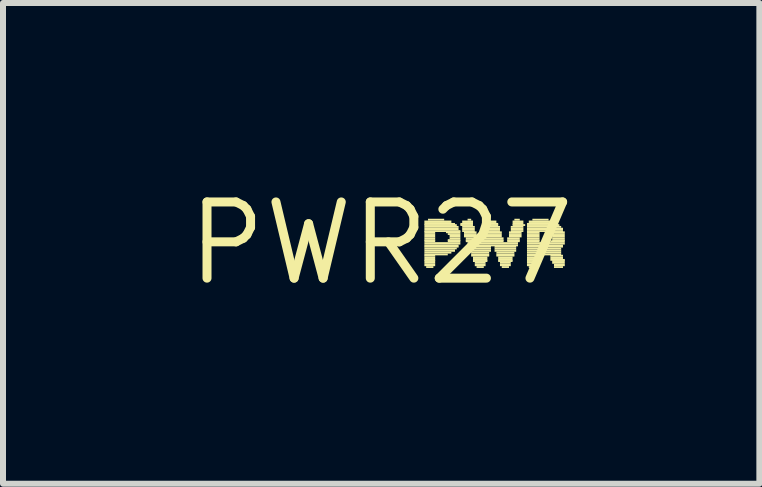
<source format=kicad_pcb>
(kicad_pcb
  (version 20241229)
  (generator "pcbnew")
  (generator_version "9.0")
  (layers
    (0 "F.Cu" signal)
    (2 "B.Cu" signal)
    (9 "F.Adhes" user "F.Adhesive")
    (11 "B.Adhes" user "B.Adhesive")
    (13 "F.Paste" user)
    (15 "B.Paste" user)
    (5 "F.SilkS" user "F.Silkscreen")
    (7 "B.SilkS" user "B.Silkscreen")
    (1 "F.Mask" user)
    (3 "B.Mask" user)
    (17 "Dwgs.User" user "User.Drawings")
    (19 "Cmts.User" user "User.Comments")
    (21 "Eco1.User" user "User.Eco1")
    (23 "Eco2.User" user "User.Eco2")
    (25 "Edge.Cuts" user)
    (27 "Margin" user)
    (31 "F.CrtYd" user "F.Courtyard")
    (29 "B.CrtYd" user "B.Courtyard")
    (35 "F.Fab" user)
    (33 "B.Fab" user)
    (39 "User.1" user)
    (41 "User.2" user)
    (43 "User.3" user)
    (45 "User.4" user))
  (footprint "PWR27"
    (layer "F.Cu")
    (at 3.303 1.006)
    (property "Reference" "PWR27" (at 0 0 0) (layer "F.SilkS") (effects (font (size 1.27 1.27) (thickness 0.15))))
    (fp_poly (pts (xy 0.72 -0.34) (xy 1.17 -0.34) (xy 1.17 -0.38) (xy 0.72 -0.38)) (stroke (width 0) (type default)) (fill yes) (layer "F.SilkS"))
    (fp_poly (pts (xy 0.72 -0.31) (xy 1.23 -0.31) (xy 1.23 -0.34) (xy 0.72 -0.34)) (stroke (width 0) (type default)) (fill yes) (layer "F.SilkS"))
    (fp_poly (pts (xy 0.72 -0.29) (xy 1.26 -0.29) (xy 1.26 -0.32) (xy 0.72 -0.32)) (stroke (width 0) (type default)) (fill yes) (layer "F.SilkS"))
    (fp_poly (pts (xy 0.72 -0.26) (xy 1.29 -0.26) (xy 1.29 -0.29) (xy 0.72 -0.29)) (stroke (width 0) (type default)) (fill yes) (layer "F.SilkS"))
    (fp_poly (pts (xy 0.72 -0.22) (xy 1.29 -0.22) (xy 1.29 -0.26) (xy 0.72 -0.26)) (stroke (width 0) (type default)) (fill yes) (layer "F.SilkS"))
    (fp_poly (pts (xy 0.72 -0.19) (xy 1.32 -0.19) (xy 1.32 -0.22) (xy 0.72 -0.22)) (stroke (width 0) (type default)) (fill yes) (layer "F.SilkS"))
    (fp_poly (pts (xy 0.72 -0.17) (xy 0.9 -0.17) (xy 0.9 -0.2) (xy 0.72 -0.2)) (stroke (width 0) (type default)) (fill yes) (layer "F.SilkS"))
    (fp_poly (pts (xy 0.72 -0.14) (xy 0.9 -0.14) (xy 0.9 -0.17) (xy 0.72 -0.17)) (stroke (width 0) (type default)) (fill yes) (layer "F.SilkS"))
    (fp_poly (pts (xy 0.72 -0.1) (xy 0.9 -0.1) (xy 0.9 -0.14) (xy 0.72 -0.14)) (stroke (width 0) (type default)) (fill yes) (layer "F.SilkS"))
    (fp_poly (pts (xy 0.72 -0.07) (xy 0.9 -0.07) (xy 0.9 -0.1) (xy 0.72 -0.1)) (stroke (width 0) (type default)) (fill yes) (layer "F.SilkS"))
    (fp_poly (pts (xy 0.72 -0.04) (xy 0.9 -0.04) (xy 0.9 -0.07) (xy 0.72 -0.07)) (stroke (width 0) (type default)) (fill yes) (layer "F.SilkS"))
    (fp_poly (pts (xy 0.72 -0.02) (xy 0.9 -0.02) (xy 0.9 -0.05) (xy 0.72 -0.05)) (stroke (width 0) (type default)) (fill yes) (layer "F.SilkS"))
    (fp_poly (pts (xy 0.72 0.02) (xy 1.32 0.02) (xy 1.32 -0.02) (xy 0.72 -0.02)) (stroke (width 0) (type default)) (fill yes) (layer "F.SilkS"))
    (fp_poly (pts (xy 0.72 0.05) (xy 1.29 0.05) (xy 1.29 0.02) (xy 0.72 0.02)) (stroke (width 0) (type default)) (fill yes) (layer "F.SilkS"))
    (fp_poly (pts (xy 0.72 0.07) (xy 1.29 0.07) (xy 1.29 0.04) (xy 0.72 0.04)) (stroke (width 0) (type default)) (fill yes) (layer "F.SilkS"))
    (fp_poly (pts (xy 0.72 0.1) (xy 1.26 0.1) (xy 1.26 0.07) (xy 0.72 0.07)) (stroke (width 0) (type default)) (fill yes) (layer "F.SilkS"))
    (fp_poly (pts (xy 0.72 0.14) (xy 1.23 0.14) (xy 1.23 0.1) (xy 0.72 0.1)) (stroke (width 0) (type default)) (fill yes) (layer "F.SilkS"))
    (fp_poly (pts (xy 0.72 0.17) (xy 1.17 0.17) (xy 1.17 0.14) (xy 0.72 0.14)) (stroke (width 0) (type default)) (fill yes) (layer "F.SilkS"))
    (fp_poly (pts (xy 0.72 0.2) (xy 1.11 0.2) (xy 1.11 0.17) (xy 0.72 0.17)) (stroke (width 0) (type default)) (fill yes) (layer "F.SilkS"))
    (fp_poly (pts (xy 0.72 0.22) (xy 0.9 0.22) (xy 0.9 0.19) (xy 0.72 0.19)) (stroke (width 0) (type default)) (fill yes) (layer "F.SilkS"))
    (fp_poly (pts (xy 0.72 0.26) (xy 0.9 0.26) (xy 0.9 0.22) (xy 0.72 0.22)) (stroke (width 0) (type default)) (fill yes) (layer "F.SilkS"))
    (fp_poly (pts (xy 0.72 0.29) (xy 0.9 0.29) (xy 0.9 0.26) (xy 0.72 0.26)) (stroke (width 0) (type default)) (fill yes) (layer "F.SilkS"))
    (fp_poly (pts (xy 0.72 0.31) (xy 0.9 0.31) (xy 0.9 0.28) (xy 0.72 0.28)) (stroke (width 0) (type default)) (fill yes) (layer "F.SilkS"))
    (fp_poly (pts (xy 0.72 0.34) (xy 0.9 0.34) (xy 0.9 0.31) (xy 0.72 0.31)) (stroke (width 0) (type default)) (fill yes) (layer "F.SilkS"))
    (fp_poly (pts (xy 0.72 0.38) (xy 0.9 0.38) (xy 0.9 0.34) (xy 0.72 0.34)) (stroke (width 0) (type default)) (fill yes) (layer "F.SilkS"))
    (fp_poly (pts (xy 0.75 0.41) (xy 0.87 0.41) (xy 0.87 0.38) (xy 0.75 0.38)) (stroke (width 0) (type default)) (fill yes) (layer "F.SilkS"))
    (fp_poly (pts (xy 0.78 -0.38) (xy 1.05 -0.38) (xy 1.05 -0.41) (xy 0.78 -0.41)) (stroke (width 0) (type default)) (fill yes) (layer "F.SilkS"))
    (fp_poly (pts (xy 1.08 -0.17) (xy 1.32 -0.17) (xy 1.32 -0.2) (xy 1.08 -0.2)) (stroke (width 0) (type default)) (fill yes) (layer "F.SilkS"))
    (fp_poly (pts (xy 1.11 -0.14) (xy 1.32 -0.14) (xy 1.32 -0.17) (xy 1.11 -0.17)) (stroke (width 0) (type default)) (fill yes) (layer "F.SilkS"))
    (fp_poly (pts (xy 1.11 -0.04) (xy 1.32 -0.04) (xy 1.32 -0.07) (xy 1.11 -0.07)) (stroke (width 0) (type default)) (fill yes) (layer "F.SilkS"))
    (fp_poly (pts (xy 1.11 -0.02) (xy 1.32 -0.02) (xy 1.32 -0.05) (xy 1.11 -0.05)) (stroke (width 0) (type default)) (fill yes) (layer "F.SilkS"))
    (fp_poly (pts (xy 1.14 -0.1) (xy 1.32 -0.1) (xy 1.32 -0.14) (xy 1.14 -0.14)) (stroke (width 0) (type default)) (fill yes) (layer "F.SilkS"))
    (fp_poly (pts (xy 1.14 -0.07) (xy 1.32 -0.07) (xy 1.32 -0.1) (xy 1.14 -0.1)) (stroke (width 0) (type default)) (fill yes) (layer "F.SilkS"))
    (fp_poly (pts (xy 1.32 -0.31) (xy 1.53 -0.31) (xy 1.53 -0.34) (xy 1.32 -0.34)) (stroke (width 0) (type default)) (fill yes) (layer "F.SilkS"))
    (fp_poly (pts (xy 1.32 -0.29) (xy 1.53 -0.29) (xy 1.53 -0.32) (xy 1.32 -0.32)) (stroke (width 0) (type default)) (fill yes) (layer "F.SilkS"))
    (fp_poly (pts (xy 1.35 -0.34) (xy 1.53 -0.34) (xy 1.53 -0.38) (xy 1.35 -0.38)) (stroke (width 0) (type default)) (fill yes) (layer "F.SilkS"))
    (fp_poly (pts (xy 1.35 -0.26) (xy 1.56 -0.26) (xy 1.56 -0.29) (xy 1.35 -0.29)) (stroke (width 0) (type default)) (fill yes) (layer "F.SilkS"))
    (fp_poly (pts (xy 1.35 -0.22) (xy 1.56 -0.22) (xy 1.56 -0.26) (xy 1.35 -0.26)) (stroke (width 0) (type default)) (fill yes) (layer "F.SilkS"))
    (fp_poly (pts (xy 1.35 -0.19) (xy 1.56 -0.19) (xy 1.56 -0.22) (xy 1.35 -0.22)) (stroke (width 0) (type default)) (fill yes) (layer "F.SilkS"))
    (fp_poly (pts (xy 1.38 -0.17) (xy 1.59 -0.17) (xy 1.59 -0.2) (xy 1.38 -0.2)) (stroke (width 0) (type default)) (fill yes) (layer "F.SilkS"))
    (fp_poly (pts (xy 1.38 -0.14) (xy 1.59 -0.14) (xy 1.59 -0.17) (xy 1.38 -0.17)) (stroke (width 0) (type default)) (fill yes) (layer "F.SilkS"))
    (fp_poly (pts (xy 1.38 -0.1) (xy 1.59 -0.1) (xy 1.59 -0.14) (xy 1.38 -0.14)) (stroke (width 0) (type default)) (fill yes) (layer "F.SilkS"))
    (fp_poly (pts (xy 1.41 -0.07) (xy 1.62 -0.07) (xy 1.62 -0.1) (xy 1.41 -0.1)) (stroke (width 0) (type default)) (fill yes) (layer "F.SilkS"))
    (fp_poly (pts (xy 1.41 -0.04) (xy 1.62 -0.04) (xy 1.62 -0.07) (xy 1.41 -0.07)) (stroke (width 0) (type default)) (fill yes) (layer "F.SilkS"))
    (fp_poly (pts (xy 1.41 -0.02) (xy 1.62 -0.02) (xy 1.62 -0.05) (xy 1.41 -0.05)) (stroke (width 0) (type default)) (fill yes) (layer "F.SilkS"))
    (fp_poly (pts (xy 1.44 -0.38) (xy 1.5 -0.38) (xy 1.5 -0.41) (xy 1.44 -0.41)) (stroke (width 0) (type default)) (fill yes) (layer "F.SilkS"))
    (fp_poly (pts (xy 1.44 0.02) (xy 2.28 0.02) (xy 2.28 -0.02) (xy 1.44 -0.02)) (stroke (width 0) (type default)) (fill yes) (layer "F.SilkS"))
    (fp_poly (pts (xy 1.44 0.05) (xy 2.28 0.05) (xy 2.28 0.02) (xy 1.44 0.02)) (stroke (width 0) (type default)) (fill yes) (layer "F.SilkS"))
    (fp_poly (pts (xy 1.44 0.07) (xy 1.83 0.07) (xy 1.83 0.04) (xy 1.44 0.04)) (stroke (width 0) (type default)) (fill yes) (layer "F.SilkS"))
    (fp_poly (pts (xy 1.47 0.1) (xy 1.83 0.1) (xy 1.83 0.07) (xy 1.47 0.07)) (stroke (width 0) (type default)) (fill yes) (layer "F.SilkS"))
    (fp_poly (pts (xy 1.47 0.14) (xy 1.83 0.14) (xy 1.83 0.1) (xy 1.47 0.1)) (stroke (width 0) (type default)) (fill yes) (layer "F.SilkS"))
    (fp_poly (pts (xy 1.5 0.17) (xy 1.8 0.17) (xy 1.8 0.14) (xy 1.5 0.14)) (stroke (width 0) (type default)) (fill yes) (layer "F.SilkS"))
    (fp_poly (pts (xy 1.5 0.2) (xy 1.8 0.2) (xy 1.8 0.17) (xy 1.5 0.17)) (stroke (width 0) (type default)) (fill yes) (layer "F.SilkS"))
    (fp_poly (pts (xy 1.5 0.22) (xy 1.8 0.22) (xy 1.8 0.19) (xy 1.5 0.19)) (stroke (width 0) (type default)) (fill yes) (layer "F.SilkS"))
    (fp_poly (pts (xy 1.53 0.26) (xy 1.77 0.26) (xy 1.77 0.22) (xy 1.53 0.22)) (stroke (width 0) (type default)) (fill yes) (layer "F.SilkS"))
    (fp_poly (pts (xy 1.53 0.29) (xy 1.77 0.29) (xy 1.77 0.26) (xy 1.53 0.26)) (stroke (width 0) (type default)) (fill yes) (layer "F.SilkS"))
    (fp_poly (pts (xy 1.53 0.31) (xy 1.77 0.31) (xy 1.77 0.28) (xy 1.53 0.28)) (stroke (width 0) (type default)) (fill yes) (layer "F.SilkS"))
    (fp_poly (pts (xy 1.56 0.34) (xy 1.74 0.34) (xy 1.74 0.31) (xy 1.56 0.31)) (stroke (width 0) (type default)) (fill yes) (layer "F.SilkS"))
    (fp_poly (pts (xy 1.56 0.38) (xy 1.74 0.38) (xy 1.74 0.34) (xy 1.56 0.34)) (stroke (width 0) (type default)) (fill yes) (layer "F.SilkS"))
    (fp_poly (pts (xy 1.59 0.41) (xy 1.71 0.41) (xy 1.71 0.38) (xy 1.59 0.38)) (stroke (width 0) (type default)) (fill yes) (layer "F.SilkS"))
    (fp_poly (pts (xy 1.65 -0.02) (xy 2.04 -0.02) (xy 2.04 -0.05) (xy 1.65 -0.05)) (stroke (width 0) (type default)) (fill yes) (layer "F.SilkS"))
    (fp_poly (pts (xy 1.68 -0.1) (xy 2.01 -0.1) (xy 2.01 -0.14) (xy 1.68 -0.14)) (stroke (width 0) (type default)) (fill yes) (layer "F.SilkS"))
    (fp_poly (pts (xy 1.68 -0.07) (xy 2.04 -0.07) (xy 2.04 -0.1) (xy 1.68 -0.1)) (stroke (width 0) (type default)) (fill yes) (layer "F.SilkS"))
    (fp_poly (pts (xy 1.68 -0.04) (xy 2.04 -0.04) (xy 2.04 -0.07) (xy 1.68 -0.07)) (stroke (width 0) (type default)) (fill yes) (layer "F.SilkS"))
    (fp_poly (pts (xy 1.71 -0.19) (xy 1.98 -0.19) (xy 1.98 -0.22) (xy 1.71 -0.22)) (stroke (width 0) (type default)) (fill yes) (layer "F.SilkS"))
    (fp_poly (pts (xy 1.71 -0.17) (xy 2.01 -0.17) (xy 2.01 -0.2) (xy 1.71 -0.2)) (stroke (width 0) (type default)) (fill yes) (layer "F.SilkS"))
    (fp_poly (pts (xy 1.71 -0.14) (xy 2.01 -0.14) (xy 2.01 -0.17) (xy 1.71 -0.17)) (stroke (width 0) (type default)) (fill yes) (layer "F.SilkS"))
    (fp_poly (pts (xy 1.74 -0.29) (xy 1.95 -0.29) (xy 1.95 -0.32) (xy 1.74 -0.32)) (stroke (width 0) (type default)) (fill yes) (layer "F.SilkS"))
    (fp_poly (pts (xy 1.74 -0.26) (xy 1.98 -0.26) (xy 1.98 -0.29) (xy 1.74 -0.29)) (stroke (width 0) (type default)) (fill yes) (layer "F.SilkS"))
    (fp_poly (pts (xy 1.74 -0.22) (xy 1.98 -0.22) (xy 1.98 -0.26) (xy 1.74 -0.26)) (stroke (width 0) (type default)) (fill yes) (layer "F.SilkS"))
    (fp_poly (pts (xy 1.77 -0.31) (xy 1.95 -0.31) (xy 1.95 -0.34) (xy 1.77 -0.34)) (stroke (width 0) (type default)) (fill yes) (layer "F.SilkS"))
    (fp_poly (pts (xy 1.8 -0.34) (xy 1.92 -0.34) (xy 1.92 -0.38) (xy 1.8 -0.38)) (stroke (width 0) (type default)) (fill yes) (layer "F.SilkS"))
    (fp_poly (pts (xy 1.89 0.07) (xy 2.25 0.07) (xy 2.25 0.04) (xy 1.89 0.04)) (stroke (width 0) (type default)) (fill yes) (layer "F.SilkS"))
    (fp_poly (pts (xy 1.89 0.1) (xy 2.25 0.1) (xy 2.25 0.07) (xy 1.89 0.07)) (stroke (width 0) (type default)) (fill yes) (layer "F.SilkS"))
    (fp_poly (pts (xy 1.89 0.14) (xy 2.25 0.14) (xy 2.25 0.1) (xy 1.89 0.1)) (stroke (width 0) (type default)) (fill yes) (layer "F.SilkS"))
    (fp_poly (pts (xy 1.92 0.17) (xy 2.22 0.17) (xy 2.22 0.14) (xy 1.92 0.14)) (stroke (width 0) (type default)) (fill yes) (layer "F.SilkS"))
    (fp_poly (pts (xy 1.92 0.2) (xy 2.22 0.2) (xy 2.22 0.17) (xy 1.92 0.17)) (stroke (width 0) (type default)) (fill yes) (layer "F.SilkS"))
    (fp_poly (pts (xy 1.92 0.22) (xy 2.22 0.22) (xy 2.22 0.19) (xy 1.92 0.19)) (stroke (width 0) (type default)) (fill yes) (layer "F.SilkS"))
    (fp_poly (pts (xy 1.95 0.26) (xy 2.19 0.26) (xy 2.19 0.22) (xy 1.95 0.22)) (stroke (width 0) (type default)) (fill yes) (layer "F.SilkS"))
    (fp_poly (pts (xy 1.95 0.29) (xy 2.19 0.29) (xy 2.19 0.26) (xy 1.95 0.26)) (stroke (width 0) (type default)) (fill yes) (layer "F.SilkS"))
    (fp_poly (pts (xy 1.95 0.31) (xy 2.19 0.31) (xy 2.19 0.28) (xy 1.95 0.28)) (stroke (width 0) (type default)) (fill yes) (layer "F.SilkS"))
    (fp_poly (pts (xy 1.98 0.34) (xy 2.16 0.34) (xy 2.16 0.31) (xy 1.98 0.31)) (stroke (width 0) (type default)) (fill yes) (layer "F.SilkS"))
    (fp_poly (pts (xy 1.98 0.38) (xy 2.16 0.38) (xy 2.16 0.34) (xy 1.98 0.34)) (stroke (width 0) (type default)) (fill yes) (layer "F.SilkS"))
    (fp_poly (pts (xy 2.01 0.41) (xy 2.13 0.41) (xy 2.13 0.38) (xy 2.01 0.38)) (stroke (width 0) (type default)) (fill yes) (layer "F.SilkS"))
    (fp_poly (pts (xy 2.1 -0.07) (xy 2.31 -0.07) (xy 2.31 -0.1) (xy 2.1 -0.1)) (stroke (width 0) (type default)) (fill yes) (layer "F.SilkS"))
    (fp_poly (pts (xy 2.1 -0.04) (xy 2.31 -0.04) (xy 2.31 -0.07) (xy 2.1 -0.07)) (stroke (width 0) (type default)) (fill yes) (layer "F.SilkS"))
    (fp_poly (pts (xy 2.1 -0.02) (xy 2.31 -0.02) (xy 2.31 -0.05) (xy 2.1 -0.05)) (stroke (width 0) (type default)) (fill yes) (layer "F.SilkS"))
    (fp_poly (pts (xy 2.13 -0.17) (xy 2.34 -0.17) (xy 2.34 -0.2) (xy 2.13 -0.2)) (stroke (width 0) (type default)) (fill yes) (layer "F.SilkS"))
    (fp_poly (pts (xy 2.13 -0.14) (xy 2.34 -0.14) (xy 2.34 -0.17) (xy 2.13 -0.17)) (stroke (width 0) (type default)) (fill yes) (layer "F.SilkS"))
    (fp_poly (pts (xy 2.13 -0.1) (xy 2.34 -0.1) (xy 2.34 -0.14) (xy 2.13 -0.14)) (stroke (width 0) (type default)) (fill yes) (layer "F.SilkS"))
    (fp_poly (pts (xy 2.16 -0.26) (xy 2.37 -0.26) (xy 2.37 -0.29) (xy 2.16 -0.29)) (stroke (width 0) (type default)) (fill yes) (layer "F.SilkS"))
    (fp_poly (pts (xy 2.16 -0.22) (xy 2.37 -0.22) (xy 2.37 -0.26) (xy 2.16 -0.26)) (stroke (width 0) (type default)) (fill yes) (layer "F.SilkS"))
    (fp_poly (pts (xy 2.16 -0.19) (xy 2.37 -0.19) (xy 2.37 -0.22) (xy 2.16 -0.22)) (stroke (width 0) (type default)) (fill yes) (layer "F.SilkS"))
    (fp_poly (pts (xy 2.19 -0.34) (xy 2.37 -0.34) (xy 2.37 -0.38) (xy 2.19 -0.38)) (stroke (width 0) (type default)) (fill yes) (layer "F.SilkS"))
    (fp_poly (pts (xy 2.19 -0.31) (xy 2.37 -0.31) (xy 2.37 -0.34) (xy 2.19 -0.34)) (stroke (width 0) (type default)) (fill yes) (layer "F.SilkS"))
    (fp_poly (pts (xy 2.19 -0.29) (xy 2.4 -0.29) (xy 2.4 -0.32) (xy 2.19 -0.32)) (stroke (width 0) (type default)) (fill yes) (layer "F.SilkS"))
    (fp_poly (pts (xy 2.22 -0.38) (xy 2.31 -0.38) (xy 2.31 -0.41) (xy 2.22 -0.41)) (stroke (width 0) (type default)) (fill yes) (layer "F.SilkS"))
    (fp_poly (pts (xy 2.43 -0.31) (xy 2.94 -0.31) (xy 2.94 -0.34) (xy 2.43 -0.34)) (stroke (width 0) (type default)) (fill yes) (layer "F.SilkS"))
    (fp_poly (pts (xy 2.43 -0.29) (xy 2.97 -0.29) (xy 2.97 -0.32) (xy 2.43 -0.32)) (stroke (width 0) (type default)) (fill yes) (layer "F.SilkS"))
    (fp_poly (pts (xy 2.43 -0.26) (xy 3 -0.26) (xy 3 -0.29) (xy 2.43 -0.29)) (stroke (width 0) (type default)) (fill yes) (layer "F.SilkS"))
    (fp_poly (pts (xy 2.43 -0.22) (xy 3.03 -0.22) (xy 3.03 -0.26) (xy 2.43 -0.26)) (stroke (width 0) (type default)) (fill yes) (layer "F.SilkS"))
    (fp_poly (pts (xy 2.43 -0.19) (xy 3.03 -0.19) (xy 3.03 -0.22) (xy 2.43 -0.22)) (stroke (width 0) (type default)) (fill yes) (layer "F.SilkS"))
    (fp_poly (pts (xy 2.43 -0.17) (xy 2.64 -0.17) (xy 2.64 -0.2) (xy 2.43 -0.2)) (stroke (width 0) (type default)) (fill yes) (layer "F.SilkS"))
    (fp_poly (pts (xy 2.43 -0.14) (xy 2.64 -0.14) (xy 2.64 -0.17) (xy 2.43 -0.17)) (stroke (width 0) (type default)) (fill yes) (layer "F.SilkS"))
    (fp_poly (pts (xy 2.43 -0.1) (xy 2.64 -0.1) (xy 2.64 -0.14) (xy 2.43 -0.14)) (stroke (width 0) (type default)) (fill yes) (layer "F.SilkS"))
    (fp_poly (pts (xy 2.43 -0.07) (xy 2.64 -0.07) (xy 2.64 -0.1) (xy 2.43 -0.1)) (stroke (width 0) (type default)) (fill yes) (layer "F.SilkS"))
    (fp_poly (pts (xy 2.43 -0.04) (xy 2.64 -0.04) (xy 2.64 -0.07) (xy 2.43 -0.07)) (stroke (width 0) (type default)) (fill yes) (layer "F.SilkS"))
    (fp_poly (pts (xy 2.43 -0.02) (xy 2.64 -0.02) (xy 2.64 -0.05) (xy 2.43 -0.05)) (stroke (width 0) (type default)) (fill yes) (layer "F.SilkS"))
    (fp_poly (pts (xy 2.43 0.02) (xy 3.06 0.02) (xy 3.06 -0.02) (xy 2.43 -0.02)) (stroke (width 0) (type default)) (fill yes) (layer "F.SilkS"))
    (fp_poly (pts (xy 2.43 0.05) (xy 3.03 0.05) (xy 3.03 0.02) (xy 2.43 0.02)) (stroke (width 0) (type default)) (fill yes) (layer "F.SilkS"))
    (fp_poly (pts (xy 2.43 0.07) (xy 3.03 0.07) (xy 3.03 0.04) (xy 2.43 0.04)) (stroke (width 0) (type default)) (fill yes) (layer "F.SilkS"))
    (fp_poly (pts (xy 2.43 0.1) (xy 3 0.1) (xy 3 0.07) (xy 2.43 0.07)) (stroke (width 0) (type default)) (fill yes) (layer "F.SilkS"))
    (fp_poly (pts (xy 2.43 0.14) (xy 3 0.14) (xy 3 0.1) (xy 2.43 0.1)) (stroke (width 0) (type default)) (fill yes) (layer "F.SilkS"))
    (fp_poly (pts (xy 2.43 0.17) (xy 3 0.17) (xy 3 0.14) (xy 2.43 0.14)) (stroke (width 0) (type default)) (fill yes) (layer "F.SilkS"))
    (fp_poly (pts (xy 2.43 0.2) (xy 3 0.2) (xy 3 0.17) (xy 2.43 0.17)) (stroke (width 0) (type default)) (fill yes) (layer "F.SilkS"))
    (fp_poly (pts (xy 2.43 0.22) (xy 2.64 0.22) (xy 2.64 0.19) (xy 2.43 0.19)) (stroke (width 0) (type default)) (fill yes) (layer "F.SilkS"))
    (fp_poly (pts (xy 2.43 0.26) (xy 2.64 0.26) (xy 2.64 0.22) (xy 2.43 0.22)) (stroke (width 0) (type default)) (fill yes) (layer "F.SilkS"))
    (fp_poly (pts (xy 2.43 0.29) (xy 2.64 0.29) (xy 2.64 0.26) (xy 2.43 0.26)) (stroke (width 0) (type default)) (fill yes) (layer "F.SilkS"))
    (fp_poly (pts (xy 2.43 0.31) (xy 2.64 0.31) (xy 2.64 0.28) (xy 2.43 0.28)) (stroke (width 0) (type default)) (fill yes) (layer "F.SilkS"))
    (fp_poly (pts (xy 2.43 0.34) (xy 2.64 0.34) (xy 2.64 0.31) (xy 2.43 0.31)) (stroke (width 0) (type default)) (fill yes) (layer "F.SilkS"))
    (fp_poly (pts (xy 2.43 0.38) (xy 2.64 0.38) (xy 2.64 0.34) (xy 2.43 0.34)) (stroke (width 0) (type default)) (fill yes) (layer "F.SilkS"))
    (fp_poly (pts (xy 2.46 -0.34) (xy 2.91 -0.34) (xy 2.91 -0.38) (xy 2.46 -0.38)) (stroke (width 0) (type default)) (fill yes) (layer "F.SilkS"))
    (fp_poly (pts (xy 2.46 0.41) (xy 2.61 0.41) (xy 2.61 0.38) (xy 2.46 0.38)) (stroke (width 0) (type default)) (fill yes) (layer "F.SilkS"))
    (fp_poly (pts (xy 2.52 -0.38) (xy 2.79 -0.38) (xy 2.79 -0.41) (xy 2.52 -0.41)) (stroke (width 0) (type default)) (fill yes) (layer "F.SilkS"))
    (fp_poly (pts (xy 2.82 -0.17) (xy 3.06 -0.17) (xy 3.06 -0.2) (xy 2.82 -0.2)) (stroke (width 0) (type default)) (fill yes) (layer "F.SilkS"))
    (fp_poly (pts (xy 2.82 -0.02) (xy 3.06 -0.02) (xy 3.06 -0.05) (xy 2.82 -0.05)) (stroke (width 0) (type default)) (fill yes) (layer "F.SilkS"))
    (fp_poly (pts (xy 2.82 0.22) (xy 3.03 0.22) (xy 3.03 0.19) (xy 2.82 0.19)) (stroke (width 0) (type default)) (fill yes) (layer "F.SilkS"))
    (fp_poly (pts (xy 2.82 0.26) (xy 3.03 0.26) (xy 3.03 0.22) (xy 2.82 0.22)) (stroke (width 0) (type default)) (fill yes) (layer "F.SilkS"))
    (fp_poly (pts (xy 2.82 0.29) (xy 3.06 0.29) (xy 3.06 0.26) (xy 2.82 0.26)) (stroke (width 0) (type default)) (fill yes) (layer "F.SilkS"))
    (fp_poly (pts (xy 2.85 -0.14) (xy 3.06 -0.14) (xy 3.06 -0.17) (xy 2.85 -0.17)) (stroke (width 0) (type default)) (fill yes) (layer "F.SilkS"))
    (fp_poly (pts (xy 2.85 -0.1) (xy 3.06 -0.1) (xy 3.06 -0.14) (xy 2.85 -0.14)) (stroke (width 0) (type default)) (fill yes) (layer "F.SilkS"))
    (fp_poly (pts (xy 2.85 -0.07) (xy 3.06 -0.07) (xy 3.06 -0.1) (xy 2.85 -0.1)) (stroke (width 0) (type default)) (fill yes) (layer "F.SilkS"))
    (fp_poly (pts (xy 2.85 -0.04) (xy 3.06 -0.04) (xy 3.06 -0.07) (xy 2.85 -0.07)) (stroke (width 0) (type default)) (fill yes) (layer "F.SilkS"))
    (fp_poly (pts (xy 2.85 0.31) (xy 3.06 0.31) (xy 3.06 0.28) (xy 2.85 0.28)) (stroke (width 0) (type default)) (fill yes) (layer "F.SilkS"))
    (fp_poly (pts (xy 2.85 0.34) (xy 3.06 0.34) (xy 3.06 0.31) (xy 2.85 0.31)) (stroke (width 0) (type default)) (fill yes) (layer "F.SilkS"))
    (fp_poly (pts (xy 2.88 0.38) (xy 3.06 0.38) (xy 3.06 0.34) (xy 2.88 0.34)) (stroke (width 0) (type default)) (fill yes) (layer "F.SilkS"))
    (fp_poly (pts (xy 2.88 0.41) (xy 3.03 0.41) (xy 3.03 0.38) (xy 2.88 0.38)) (stroke (width 0) (type default)) (fill yes) (layer "F.SilkS")))
  (gr_rect
    (start -3 -3)
    (end 9.606 5.012)
    (stroke (width 0.1) (type default))
    (fill no)
    (layer "Edge.Cuts")))
</source>
